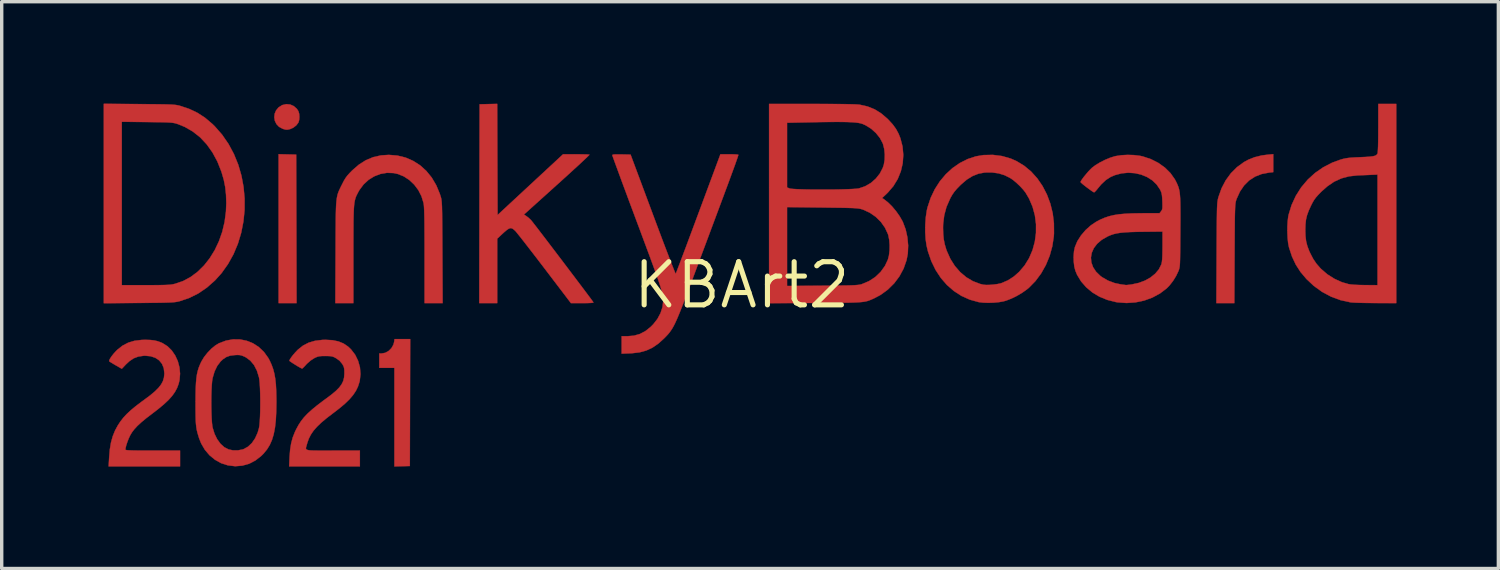
<source format=kicad_pcb>
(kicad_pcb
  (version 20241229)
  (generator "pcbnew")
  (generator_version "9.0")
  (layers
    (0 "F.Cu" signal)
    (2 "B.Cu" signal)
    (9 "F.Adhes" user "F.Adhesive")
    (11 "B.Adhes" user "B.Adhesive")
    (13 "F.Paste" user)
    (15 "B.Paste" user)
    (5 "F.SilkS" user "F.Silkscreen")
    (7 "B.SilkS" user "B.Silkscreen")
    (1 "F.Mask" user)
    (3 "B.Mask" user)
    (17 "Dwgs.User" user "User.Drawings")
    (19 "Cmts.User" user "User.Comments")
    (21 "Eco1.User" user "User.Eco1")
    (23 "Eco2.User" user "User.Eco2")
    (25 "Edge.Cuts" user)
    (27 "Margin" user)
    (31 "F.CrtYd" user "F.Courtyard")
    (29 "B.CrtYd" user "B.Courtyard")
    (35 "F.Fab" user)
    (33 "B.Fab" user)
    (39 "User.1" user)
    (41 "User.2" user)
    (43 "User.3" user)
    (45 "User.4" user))
  (footprint "KBArt2"
    (layer "F.Cu")
    (at 18.78 5.342)
    (property "Reference" "KBArt2" (at 0 0 0) (layer "F.SilkS") (effects (font (size 1.27 1.27) (thickness 0.15))))
    (attr through_hole)
    (fp_poly (pts (xy -13.113 -3.842) (xy -13.107 -1.656) (xy -13.102 0.529) (xy -13.631 0.529) (xy -13.631 -3.854) (xy -13.113 -3.842)) (stroke (width 0.01) (type solid)) (fill yes) (layer "F.Cu"))
    (fp_poly (pts (xy -9.763 3.455) (xy -9.768 5.323) (xy -9.996 5.329) (xy -10.223 5.335) (xy -10.223 2.434) (xy -10.668 2.434) (xy -10.668 2.011) (xy -10.601 2.011) (xy -10.491 1.991) (xy -10.392 1.936) (xy -10.309 1.853) (xy -10.252 1.751) (xy -10.232 1.677) (xy -10.218 1.587) (xy -9.758 1.587) (xy -9.763 3.455)) (stroke (width 0.01) (type solid)) (fill yes) (layer "F.Cu"))
    (fp_poly (pts (xy -13.289 -5.316) (xy -13.183 -5.269) (xy -13.094 -5.19) (xy -13.048 -5.12) (xy -13.026 -5.046) (xy -13.019 -4.952) (xy -13.026 -4.859) (xy -13.048 -4.785) (xy -13.111 -4.702) (xy -13.199 -4.634) (xy -13.288 -4.594) (xy -13.36 -4.577) (xy -13.415 -4.576) (xy -13.477 -4.591) (xy -13.512 -4.603) (xy -13.618 -4.66) (xy -13.694 -4.74) (xy -13.741 -4.836) (xy -13.758 -4.941) (xy -13.746 -5.046) (xy -13.704 -5.145) (xy -13.632 -5.231) (xy -13.53 -5.296) (xy -13.521 -5.3) (xy -13.404 -5.327) (xy -13.289 -5.316)) (stroke (width 0.01) (type solid)) (fill yes) (layer "F.Cu"))
    (fp_poly (pts (xy 15.642 -3.326) (xy 15.52 -3.313) (xy 15.301 -3.271) (xy 15.105 -3.194) (xy 14.932 -3.082) (xy 14.785 -2.935) (xy 14.662 -2.755) (xy 14.565 -2.542) (xy 14.55 -2.498) (xy 14.542 -2.472) (xy 14.536 -2.444) (xy 14.53 -2.408) (xy 14.525 -2.362) (xy 14.521 -2.303) (xy 14.518 -2.228) (xy 14.515 -2.134) (xy 14.512 -2.016) (xy 14.51 -1.873) (xy 14.509 -1.701) (xy 14.507 -1.496) (xy 14.506 -1.256) (xy 14.504 -0.978) (xy 14.504 -0.926) (xy 14.497 0.529) (xy 13.968 0.529) (xy 13.975 -0.947) (xy 13.976 -1.233) (xy 13.978 -1.48) (xy 13.979 -1.691) (xy 13.981 -1.87) (xy 13.983 -2.019) (xy 13.985 -2.143) (xy 13.987 -2.243) (xy 13.991 -2.324) (xy 13.994 -2.389) (xy 13.999 -2.442) (xy 14.005 -2.484) (xy 14.011 -2.52) (xy 14.019 -2.554) (xy 14.028 -2.587) (xy 14.029 -2.593) (xy 14.12 -2.85) (xy 14.243 -3.085) (xy 14.396 -3.294) (xy 14.576 -3.474) (xy 14.78 -3.622) (xy 14.912 -3.694) (xy 15.097 -3.767) (xy 15.302 -3.817) (xy 15.489 -3.841) (xy 15.642 -3.855) (xy 15.642 -3.326)) (stroke (width 0.01) (type solid)) (fill yes) (layer "F.Cu"))
    (fp_poly (pts (xy -7.192 -3.7) (xy -7.186 -2.065) (xy -6.223 -2.958) (xy -5.26 -3.851) (xy -4.877 -3.852) (xy -4.754 -3.851) (xy -4.646 -3.849) (xy -4.56 -3.847) (xy -4.503 -3.843) (xy -4.482 -3.84) (xy -4.495 -3.824) (xy -4.537 -3.782) (xy -4.605 -3.717) (xy -4.697 -3.631) (xy -4.809 -3.526) (xy -4.941 -3.406) (xy -5.087 -3.272) (xy -5.247 -3.127) (xy -5.417 -2.973) (xy -5.441 -2.952) (xy -6.412 -2.077) (xy -6.341 -2.033) (xy -6.282 -1.989) (xy -6.219 -1.931) (xy -6.198 -1.91) (xy -6.175 -1.881) (xy -6.129 -1.822) (xy -6.063 -1.738) (xy -5.98 -1.63) (xy -5.883 -1.503) (xy -5.773 -1.36) (xy -5.654 -1.203) (xy -5.528 -1.037) (xy -5.397 -0.865) (xy -5.263 -0.689) (xy -5.131 -0.514) (xy -5.001 -0.342) (xy -4.876 -0.177) (xy -4.759 -0.022) (xy -4.653 0.119) (xy -4.559 0.244) (xy -4.481 0.348) (xy -4.421 0.429) (xy -4.381 0.484) (xy -4.364 0.509) (xy -4.364 0.509) (xy -4.381 0.517) (xy -4.436 0.523) (xy -4.523 0.527) (xy -4.637 0.529) (xy -4.692 0.529) (xy -5.027 0.529) (xy -5.806 -0.494) (xy -5.947 -0.679) (xy -6.083 -0.856) (xy -6.211 -1.022) (xy -6.328 -1.173) (xy -6.432 -1.307) (xy -6.52 -1.419) (xy -6.591 -1.507) (xy -6.64 -1.568) (xy -6.666 -1.597) (xy -6.717 -1.643) (xy -6.761 -1.671) (xy -6.805 -1.679) (xy -6.853 -1.664) (xy -6.913 -1.625) (xy -6.99 -1.56) (xy -7.091 -1.467) (xy -7.096 -1.462) (xy -7.197 -1.367) (xy -7.197 0.529) (xy -7.726 0.529) (xy -7.721 -2.397) (xy -7.715 -5.323) (xy -7.456 -5.329) (xy -7.197 -5.335) (xy -7.192 -3.7)) (stroke (width 0.01) (type solid)) (fill yes) (layer "F.Cu"))
    (fp_poly (pts (xy -17.411 1.613) (xy -17.293 1.626) (xy -17.19 1.65) (xy -17.089 1.687) (xy -17.047 1.706) (xy -16.901 1.798) (xy -16.776 1.921) (xy -16.674 2.07) (xy -16.597 2.238) (xy -16.549 2.418) (xy -16.531 2.605) (xy -16.546 2.792) (xy -16.573 2.904) (xy -16.619 3.027) (xy -16.682 3.144) (xy -16.764 3.259) (xy -16.87 3.378) (xy -17.004 3.504) (xy -17.168 3.641) (xy -17.346 3.778) (xy -17.523 3.913) (xy -17.668 4.033) (xy -17.784 4.14) (xy -17.876 4.239) (xy -17.948 4.334) (xy -18 4.422) (xy -18.042 4.512) (xy -18.081 4.612) (xy -18.114 4.711) (xy -18.134 4.794) (xy -18.14 4.841) (xy -18.132 4.848) (xy -18.107 4.854) (xy -18.06 4.859) (xy -17.99 4.862) (xy -17.891 4.865) (xy -17.761 4.867) (xy -17.597 4.868) (xy -17.394 4.868) (xy -17.335 4.868) (xy -16.531 4.868) (xy -16.531 5.334) (xy -18.633 5.334) (xy -18.618 5.075) (xy -18.598 4.836) (xy -18.563 4.629) (xy -18.512 4.446) (xy -18.443 4.276) (xy -18.362 4.127) (xy -18.285 4.01) (xy -18.199 3.9) (xy -18.1 3.793) (xy -17.982 3.683) (xy -17.84 3.565) (xy -17.668 3.434) (xy -17.583 3.372) (xy -17.41 3.243) (xy -17.272 3.127) (xy -17.166 3.022) (xy -17.088 2.922) (xy -17.035 2.823) (xy -17.005 2.722) (xy -16.993 2.614) (xy -16.993 2.594) (xy -17.01 2.444) (xy -17.062 2.317) (xy -17.145 2.214) (xy -17.258 2.138) (xy -17.397 2.092) (xy -17.56 2.077) (xy -17.608 2.079) (xy -17.761 2.102) (xy -17.896 2.153) (xy -18.021 2.237) (xy -18.124 2.333) (xy -18.245 2.461) (xy -18.42 2.361) (xy -18.498 2.315) (xy -18.562 2.276) (xy -18.604 2.25) (xy -18.614 2.242) (xy -18.615 2.214) (xy -18.592 2.164) (xy -18.548 2.097) (xy -18.491 2.023) (xy -18.423 1.948) (xy -18.372 1.897) (xy -18.22 1.778) (xy -18.054 1.692) (xy -17.871 1.637) (xy -17.662 1.612) (xy -17.559 1.609) (xy -17.411 1.613)) (stroke (width 0.01) (type solid)) (fill yes) (layer "F.Cu"))
    (fp_poly (pts (xy -10.132 -3.813) (xy -9.892 -3.754) (xy -9.67 -3.657) (xy -9.465 -3.526) (xy -9.283 -3.361) (xy -9.124 -3.166) (xy -8.991 -2.94) (xy -8.886 -2.688) (xy -8.866 -2.625) (xy -8.856 -2.594) (xy -8.848 -2.563) (xy -8.841 -2.531) (xy -8.836 -2.493) (xy -8.831 -2.447) (xy -8.827 -2.388) (xy -8.823 -2.315) (xy -8.821 -2.223) (xy -8.818 -2.11) (xy -8.817 -1.972) (xy -8.815 -1.806) (xy -8.814 -1.609) (xy -8.812 -1.378) (xy -8.811 -1.109) (xy -8.81 -0.968) (xy -8.803 0.529) (xy -9.335 0.529) (xy -9.335 -0.873) (xy -9.335 -1.165) (xy -9.336 -1.417) (xy -9.337 -1.633) (xy -9.338 -1.815) (xy -9.34 -1.968) (xy -9.343 -2.093) (xy -9.346 -2.195) (xy -9.35 -2.275) (xy -9.354 -2.338) (xy -9.36 -2.386) (xy -9.365 -2.418) (xy -9.426 -2.616) (xy -9.519 -2.798) (xy -9.64 -2.959) (xy -9.784 -3.095) (xy -9.946 -3.201) (xy -10.123 -3.272) (xy -10.246 -3.299) (xy -10.442 -3.306) (xy -10.634 -3.273) (xy -10.816 -3.203) (xy -10.983 -3.1) (xy -11.13 -2.964) (xy -11.252 -2.8) (xy -11.287 -2.739) (xy -11.313 -2.688) (xy -11.337 -2.641) (xy -11.357 -2.595) (xy -11.373 -2.546) (xy -11.387 -2.492) (xy -11.399 -2.429) (xy -11.408 -2.354) (xy -11.415 -2.264) (xy -11.42 -2.154) (xy -11.424 -2.022) (xy -11.427 -1.865) (xy -11.428 -1.679) (xy -11.429 -1.46) (xy -11.43 -1.206) (xy -11.43 -0.914) (xy -11.43 -0.894) (xy -11.43 0.529) (xy -11.961 0.529) (xy -11.954 -0.979) (xy -11.953 -1.277) (xy -11.952 -1.536) (xy -11.95 -1.76) (xy -11.949 -1.951) (xy -11.946 -2.114) (xy -11.942 -2.251) (xy -11.937 -2.365) (xy -11.929 -2.461) (xy -11.92 -2.542) (xy -11.908 -2.61) (xy -11.894 -2.67) (xy -11.876 -2.725) (xy -11.855 -2.777) (xy -11.83 -2.831) (xy -11.802 -2.89) (xy -11.768 -2.957) (xy -11.765 -2.963) (xy -11.713 -3.066) (xy -11.665 -3.146) (xy -11.613 -3.218) (xy -11.546 -3.293) (xy -11.464 -3.377) (xy -11.268 -3.547) (xy -11.064 -3.677) (xy -10.848 -3.767) (xy -10.618 -3.819) (xy -10.386 -3.834) (xy -10.132 -3.813)) (stroke (width 0.01) (type solid)) (fill yes) (layer "F.Cu"))
    (fp_poly (pts (xy -17.732 -5.329) (xy -17.494 -5.327) (xy -17.294 -5.325) (xy -17.128 -5.323) (xy -16.992 -5.321) (xy -16.882 -5.318) (xy -16.795 -5.315) (xy -16.725 -5.31) (xy -16.669 -5.305) (xy -16.623 -5.298) (xy -16.583 -5.29) (xy -16.544 -5.281) (xy -16.527 -5.276) (xy -16.261 -5.187) (xy -16.021 -5.073) (xy -15.8 -4.93) (xy -15.588 -4.751) (xy -15.514 -4.68) (xy -15.293 -4.428) (xy -15.103 -4.152) (xy -14.945 -3.857) (xy -14.818 -3.545) (xy -14.724 -3.221) (xy -14.662 -2.888) (xy -14.631 -2.55) (xy -14.632 -2.211) (xy -14.666 -1.874) (xy -14.731 -1.543) (xy -14.828 -1.221) (xy -14.957 -0.913) (xy -15.118 -0.623) (xy -15.31 -0.353) (xy -15.504 -0.138) (xy -15.742 0.072) (xy -15.996 0.245) (xy -16.264 0.378) (xy -16.533 0.469) (xy -16.576 0.48) (xy -16.617 0.489) (xy -16.662 0.496) (xy -16.714 0.502) (xy -16.778 0.507) (xy -16.858 0.511) (xy -16.957 0.514) (xy -17.08 0.517) (xy -17.231 0.519) (xy -17.414 0.521) (xy -17.634 0.523) (xy -17.743 0.524) (xy -18.775 0.532) (xy -18.775 0) (xy -18.246 0) (xy -17.54 0) (xy -17.343 -0.000221) (xy -17.184 -0.001) (xy -17.056 -0.003) (xy -16.955 -0.006) (xy -16.875 -0.01) (xy -16.81 -0.015) (xy -16.756 -0.023) (xy -16.708 -0.033) (xy -16.675 -0.041) (xy -16.44 -0.122) (xy -16.219 -0.241) (xy -16.014 -0.394) (xy -15.826 -0.579) (xy -15.658 -0.792) (xy -15.511 -1.03) (xy -15.388 -1.289) (xy -15.29 -1.567) (xy -15.22 -1.861) (xy -15.18 -2.167) (xy -15.17 -2.413) (xy -15.178 -2.662) (xy -15.202 -2.888) (xy -15.245 -3.104) (xy -15.31 -3.327) (xy -15.315 -3.342) (xy -15.433 -3.639) (xy -15.578 -3.907) (xy -15.747 -4.144) (xy -15.94 -4.35) (xy -16.156 -4.521) (xy -16.392 -4.657) (xy -16.605 -4.743) (xy -16.646 -4.756) (xy -16.686 -4.767) (xy -16.73 -4.775) (xy -16.782 -4.782) (xy -16.849 -4.787) (xy -16.933 -4.791) (xy -17.042 -4.794) (xy -17.179 -4.796) (xy -17.35 -4.798) (xy -17.5 -4.8) (xy -18.246 -4.808) (xy -18.246 0) (xy -18.775 0) (xy -18.775 -5.337) (xy -17.732 -5.329)) (stroke (width 0.01) (type solid)) (fill yes) (layer "F.Cu"))
    (fp_poly (pts (xy 19.262 0.529) (xy 18.653 0.527) (xy 18.49 0.525) (xy 18.333 0.523) (xy 18.192 0.52) (xy 18.071 0.516) (xy 17.978 0.511) (xy 17.921 0.506) (xy 17.918 0.506) (xy 17.624 0.442) (xy 17.344 0.339) (xy 17.079 0.198) (xy 16.832 0.019) (xy 16.62 -0.18) (xy 16.446 -0.386) (xy 16.306 -0.603) (xy 16.194 -0.841) (xy 16.106 -1.108) (xy 16.104 -1.117) (xy 16.08 -1.237) (xy 16.065 -1.386) (xy 16.057 -1.551) (xy 16.057 -1.619) (xy 16.585 -1.619) (xy 16.591 -1.443) (xy 16.609 -1.293) (xy 16.644 -1.154) (xy 16.698 -1.01) (xy 16.732 -0.937) (xy 16.817 -0.773) (xy 16.91 -0.635) (xy 17.021 -0.507) (xy 17.051 -0.476) (xy 17.235 -0.318) (xy 17.442 -0.187) (xy 17.662 -0.087) (xy 17.851 -0.032) (xy 17.927 -0.02) (xy 18.038 -0.011) (xy 18.173 -0.005) (xy 18.325 -0.002) (xy 18.346 -0.002) (xy 18.711 0) (xy 18.711 -3.254) (xy 18.526 -3.247) (xy 18.419 -3.242) (xy 18.291 -3.237) (xy 18.164 -3.232) (xy 18.119 -3.23) (xy 17.873 -3.203) (xy 17.648 -3.143) (xy 17.437 -3.047) (xy 17.238 -2.912) (xy 17.058 -2.753) (xy 16.968 -2.66) (xy 16.901 -2.585) (xy 16.849 -2.515) (xy 16.803 -2.439) (xy 16.757 -2.349) (xy 16.686 -2.194) (xy 16.636 -2.058) (xy 16.605 -1.926) (xy 16.59 -1.783) (xy 16.585 -1.619) (xy 16.057 -1.619) (xy 16.057 -1.72) (xy 16.066 -1.88) (xy 16.083 -2.019) (xy 16.093 -2.069) (xy 16.181 -2.357) (xy 16.306 -2.628) (xy 16.464 -2.877) (xy 16.654 -3.103) (xy 16.872 -3.302) (xy 17.116 -3.471) (xy 17.381 -3.607) (xy 17.623 -3.695) (xy 17.699 -3.716) (xy 17.772 -3.732) (xy 17.851 -3.744) (xy 17.944 -3.753) (xy 18.062 -3.76) (xy 18.203 -3.766) (xy 18.358 -3.773) (xy 18.475 -3.781) (xy 18.562 -3.791) (xy 18.624 -3.804) (xy 18.665 -3.822) (xy 18.693 -3.846) (xy 18.711 -3.873) (xy 18.717 -3.906) (xy 18.722 -3.979) (xy 18.727 -4.089) (xy 18.73 -4.234) (xy 18.732 -4.411) (xy 18.732 -4.617) (xy 18.733 -4.624) (xy 18.733 -5.334) (xy 19.262 -5.334) (xy 19.262 0.529)) (stroke (width 0.01) (type solid)) (fill yes) (layer "F.Cu"))
    (fp_poly (pts (xy -12.043 1.62) (xy -11.87 1.656) (xy -11.72 1.717) (xy -11.586 1.808) (xy -11.498 1.892) (xy -11.378 2.048) (xy -11.291 2.227) (xy -11.237 2.419) (xy -11.221 2.617) (xy -11.242 2.813) (xy -11.251 2.848) (xy -11.294 2.982) (xy -11.355 3.109) (xy -11.438 3.233) (xy -11.545 3.359) (xy -11.68 3.49) (xy -11.847 3.63) (xy -12.023 3.765) (xy -12.215 3.912) (xy -12.373 4.044) (xy -12.5 4.166) (xy -12.602 4.282) (xy -12.681 4.398) (xy -12.741 4.516) (xy -12.786 4.642) (xy -12.796 4.678) (xy -12.81 4.727) (xy -12.821 4.766) (xy -12.827 4.798) (xy -12.822 4.822) (xy -12.804 4.841) (xy -12.769 4.853) (xy -12.712 4.862) (xy -12.631 4.866) (xy -12.522 4.868) (xy -12.38 4.869) (xy -12.203 4.869) (xy -12.033 4.868) (xy -11.239 4.868) (xy -11.239 5.334) (xy -13.32 5.334) (xy -13.308 5.054) (xy -13.291 4.84) (xy -13.261 4.654) (xy -13.215 4.483) (xy -13.148 4.314) (xy -13.114 4.244) (xy -13.046 4.118) (xy -12.97 4.001) (xy -12.881 3.888) (xy -12.774 3.776) (xy -12.645 3.659) (xy -12.49 3.532) (xy -12.304 3.391) (xy -12.228 3.336) (xy -12.067 3.215) (xy -11.94 3.108) (xy -11.844 3.01) (xy -11.775 2.916) (xy -11.729 2.821) (xy -11.704 2.721) (xy -11.695 2.609) (xy -11.695 2.591) (xy -11.696 2.501) (xy -11.704 2.437) (xy -11.72 2.386) (xy -11.75 2.332) (xy -11.758 2.318) (xy -11.837 2.223) (xy -11.938 2.151) (xy -11.997 2.119) (xy -12.047 2.1) (xy -12.102 2.09) (xy -12.176 2.086) (xy -12.255 2.085) (xy -12.355 2.086) (xy -12.426 2.092) (xy -12.484 2.105) (xy -12.541 2.128) (xy -12.581 2.148) (xy -12.687 2.216) (xy -12.791 2.307) (xy -12.816 2.333) (xy -12.869 2.391) (xy -12.912 2.434) (xy -12.936 2.455) (xy -12.938 2.455) (xy -12.964 2.445) (xy -13.014 2.418) (xy -13.08 2.38) (xy -13.151 2.336) (xy -13.219 2.293) (xy -13.275 2.256) (xy -13.308 2.231) (xy -13.314 2.225) (xy -13.3 2.189) (xy -13.263 2.131) (xy -13.209 2.06) (xy -13.145 1.985) (xy -13.077 1.913) (xy -13.061 1.897) (xy -12.911 1.778) (xy -12.744 1.692) (xy -12.556 1.637) (xy -12.342 1.611) (xy -12.246 1.609) (xy -12.043 1.62)) (stroke (width 0.01) (type solid)) (fill yes) (layer "F.Cu"))
    (fp_poly (pts (xy 7.657 -3.8) (xy 7.915 -3.726) (xy 8.086 -3.651) (xy 8.311 -3.514) (xy 8.516 -3.344) (xy 8.697 -3.143) (xy 8.852 -2.917) (xy 8.981 -2.667) (xy 9.081 -2.4) (xy 9.151 -2.117) (xy 9.187 -1.824) (xy 9.189 -1.523) (xy 9.184 -1.439) (xy 9.14 -1.147) (xy 9.062 -0.864) (xy 8.951 -0.595) (xy 8.811 -0.346) (xy 8.644 -0.121) (xy 8.453 0.074) (xy 8.394 0.123) (xy 8.256 0.222) (xy 8.099 0.315) (xy 7.935 0.395) (xy 7.78 0.455) (xy 7.705 0.476) (xy 7.572 0.5) (xy 7.418 0.515) (xy 7.258 0.52) (xy 7.107 0.515) (xy 6.98 0.5) (xy 6.974 0.499) (xy 6.713 0.427) (xy 6.469 0.318) (xy 6.244 0.173) (xy 6.04 -0.004) (xy 5.86 -0.211) (xy 5.705 -0.447) (xy 5.578 -0.708) (xy 5.48 -0.992) (xy 5.439 -1.164) (xy 5.412 -1.35) (xy 5.399 -1.561) (xy 5.4 -1.691) (xy 5.924 -1.691) (xy 5.929 -1.507) (xy 5.944 -1.35) (xy 5.973 -1.204) (xy 6.017 -1.055) (xy 6.034 -1.008) (xy 6.139 -0.774) (xy 6.271 -0.565) (xy 6.428 -0.384) (xy 6.607 -0.233) (xy 6.804 -0.116) (xy 7.015 -0.036) (xy 7.112 -0.013) (xy 7.192 -0.006) (xy 7.298 -0.008) (xy 7.416 -0.018) (xy 7.529 -0.033) (xy 7.624 -0.054) (xy 7.648 -0.062) (xy 7.836 -0.143) (xy 8.006 -0.253) (xy 8.162 -0.39) (xy 8.326 -0.583) (xy 8.458 -0.798) (xy 8.558 -1.033) (xy 8.625 -1.28) (xy 8.659 -1.536) (xy 8.66 -1.796) (xy 8.627 -2.054) (xy 8.559 -2.305) (xy 8.457 -2.545) (xy 8.35 -2.726) (xy 8.28 -2.815) (xy 8.188 -2.914) (xy 8.085 -3.012) (xy 7.985 -3.095) (xy 7.913 -3.145) (xy 7.738 -3.235) (xy 7.56 -3.29) (xy 7.364 -3.317) (xy 7.355 -3.317) (xy 7.152 -3.315) (xy 6.966 -3.28) (xy 6.792 -3.211) (xy 6.622 -3.106) (xy 6.453 -2.961) (xy 6.423 -2.932) (xy 6.329 -2.835) (xy 6.258 -2.751) (xy 6.2 -2.669) (xy 6.146 -2.575) (xy 6.131 -2.544) (xy 6.025 -2.303) (xy 5.959 -2.058) (xy 5.927 -1.801) (xy 5.924 -1.691) (xy 5.4 -1.691) (xy 5.401 -1.78) (xy 5.416 -1.996) (xy 5.445 -2.193) (xy 5.467 -2.29) (xy 5.559 -2.567) (xy 5.681 -2.823) (xy 5.831 -3.057) (xy 6.006 -3.265) (xy 6.203 -3.446) (xy 6.418 -3.595) (xy 6.649 -3.711) (xy 6.892 -3.791) (xy 7.112 -3.828) (xy 7.388 -3.834) (xy 7.657 -3.8)) (stroke (width 0.01) (type solid)) (fill yes) (layer "F.Cu"))
    (fp_poly (pts (xy -14.766 1.597) (xy -14.569 1.637) (xy -14.383 1.712) (xy -14.213 1.822) (xy -14.063 1.965) (xy -13.937 2.139) (xy -13.89 2.226) (xy -13.834 2.351) (xy -13.789 2.476) (xy -13.755 2.608) (xy -13.729 2.754) (xy -13.711 2.919) (xy -13.701 3.11) (xy -13.696 3.335) (xy -13.695 3.433) (xy -13.7 3.724) (xy -13.713 3.977) (xy -13.738 4.197) (xy -13.775 4.388) (xy -13.826 4.556) (xy -13.891 4.703) (xy -13.972 4.834) (xy -14.07 4.954) (xy -14.14 5.024) (xy -14.312 5.159) (xy -14.499 5.256) (xy -14.699 5.312) (xy -14.907 5.329) (xy -15.121 5.303) (xy -15.127 5.302) (xy -15.323 5.239) (xy -15.503 5.138) (xy -15.665 5.005) (xy -15.802 4.843) (xy -15.91 4.657) (xy -15.968 4.513) (xy -15.997 4.419) (xy -16.021 4.336) (xy -16.04 4.257) (xy -16.053 4.176) (xy -16.063 4.086) (xy -16.07 3.982) (xy -16.073 3.856) (xy -16.075 3.702) (xy -16.076 3.514) (xy -16.075 3.461) (xy -16.075 3.419) (xy -15.612 3.419) (xy -15.611 3.594) (xy -15.607 3.763) (xy -15.601 3.918) (xy -15.592 4.051) (xy -15.58 4.154) (xy -15.573 4.191) (xy -15.517 4.374) (xy -15.438 4.535) (xy -15.341 4.668) (xy -15.228 4.77) (xy -15.107 4.833) (xy -14.974 4.862) (xy -14.828 4.862) (xy -14.689 4.835) (xy -14.663 4.826) (xy -14.534 4.756) (xy -14.419 4.649) (xy -14.323 4.51) (xy -14.248 4.344) (xy -14.208 4.207) (xy -14.195 4.126) (xy -14.185 4.01) (xy -14.177 3.868) (xy -14.172 3.707) (xy -14.17 3.535) (xy -14.17 3.36) (xy -14.173 3.189) (xy -14.178 3.031) (xy -14.186 2.892) (xy -14.197 2.782) (xy -14.207 2.717) (xy -14.269 2.516) (xy -14.354 2.351) (xy -14.464 2.22) (xy -14.597 2.123) (xy -14.641 2.101) (xy -14.71 2.073) (xy -14.77 2.058) (xy -14.84 2.054) (xy -14.919 2.058) (xy -15.057 2.075) (xy -15.168 2.114) (xy -15.268 2.18) (xy -15.339 2.247) (xy -15.437 2.376) (xy -15.516 2.541) (xy -15.573 2.734) (xy -15.587 2.819) (xy -15.597 2.938) (xy -15.605 3.082) (xy -15.61 3.246) (xy -15.612 3.419) (xy -16.075 3.419) (xy -16.074 3.232) (xy -16.07 3.039) (xy -16.062 2.877) (xy -16.05 2.741) (xy -16.033 2.623) (xy -16.009 2.519) (xy -15.979 2.423) (xy -15.941 2.329) (xy -15.903 2.248) (xy -15.827 2.121) (xy -15.727 1.993) (xy -15.613 1.874) (xy -15.494 1.776) (xy -15.384 1.709) (xy -15.178 1.632) (xy -14.971 1.595) (xy -14.766 1.597)) (stroke (width 0.01) (type solid)) (fill yes) (layer "F.Cu"))
    (fp_poly (pts (xy -0.268 -3.851) (xy -0.184 -3.848) (xy -0.125 -3.843) (xy -0.1 -3.837) (xy -0.099 -3.836) (xy -0.105 -3.814) (xy -0.124 -3.756) (xy -0.155 -3.666) (xy -0.197 -3.547) (xy -0.249 -3.404) (xy -0.309 -3.241) (xy -0.375 -3.06) (xy -0.447 -2.866) (xy -0.47 -2.805) (xy -0.546 -2.6) (xy -0.635 -2.362) (xy -0.733 -2.099) (xy -0.838 -1.818) (xy -0.948 -1.524) (xy -1.059 -1.226) (xy -1.17 -0.93) (xy -1.277 -0.643) (xy -1.377 -0.373) (xy -1.378 -0.37) (xy -1.488 -0.076) (xy -1.585 0.181) (xy -1.67 0.405) (xy -1.744 0.598) (xy -1.809 0.763) (xy -1.867 0.904) (xy -1.918 1.023) (xy -1.964 1.123) (xy -2.007 1.207) (xy -2.048 1.279) (xy -2.088 1.34) (xy -2.129 1.396) (xy -2.171 1.447) (xy -2.218 1.498) (xy -2.269 1.55) (xy -2.275 1.557) (xy -2.45 1.716) (xy -2.625 1.837) (xy -2.809 1.923) (xy -3.009 1.978) (xy -3.232 2.004) (xy -3.276 2.006) (xy -3.535 2.016) (xy -3.535 1.503) (xy -3.367 1.503) (xy -3.174 1.487) (xy -3 1.438) (xy -2.837 1.353) (xy -2.682 1.229) (xy -2.606 1.153) (xy -2.483 0.996) (xy -2.391 0.824) (xy -2.333 0.646) (xy -2.312 0.468) (xy -2.317 0.377) (xy -2.322 0.332) (xy -2.33 0.285) (xy -2.341 0.233) (xy -2.355 0.174) (xy -2.375 0.106) (xy -2.399 0.025) (xy -2.43 -0.071) (xy -2.469 -0.184) (xy -2.515 -0.316) (xy -2.571 -0.472) (xy -2.637 -0.652) (xy -2.713 -0.86) (xy -2.801 -1.097) (xy -2.902 -1.368) (xy -3.015 -1.673) (xy -3.112 -1.931) (xy -3.212 -2.2) (xy -3.309 -2.458) (xy -3.399 -2.702) (xy -3.484 -2.93) (xy -3.561 -3.138) (xy -3.629 -3.324) (xy -3.688 -3.485) (xy -3.737 -3.618) (xy -3.774 -3.721) (xy -3.799 -3.79) (xy -3.81 -3.823) (xy -3.81 -3.826) (xy -3.801 -3.837) (xy -3.771 -3.845) (xy -3.713 -3.849) (xy -3.623 -3.849) (xy -3.541 -3.848) (xy -3.272 -3.842) (xy -2.615 -2.08) (xy -2.518 -1.82) (xy -2.425 -1.572) (xy -2.337 -1.338) (xy -2.255 -1.122) (xy -2.18 -0.926) (xy -2.114 -0.754) (xy -2.057 -0.607) (xy -2.01 -0.489) (xy -1.975 -0.402) (xy -1.953 -0.35) (xy -1.944 -0.334) (xy -1.935 -0.356) (xy -1.912 -0.414) (xy -1.876 -0.507) (xy -1.829 -0.63) (xy -1.772 -0.782) (xy -1.705 -0.959) (xy -1.63 -1.159) (xy -1.548 -1.379) (xy -1.46 -1.615) (xy -1.367 -1.865) (xy -1.279 -2.101) (xy -0.628 -3.852) (xy -0.368 -3.852) (xy -0.268 -3.851)) (stroke (width 0.01) (type solid)) (fill yes) (layer "F.Cu"))
    (fp_poly (pts (xy 2.069 -5.334) (xy 2.35 -5.333) (xy 2.606 -5.332) (xy 2.834 -5.33) (xy 3.031 -5.328) (xy 3.196 -5.325) (xy 3.326 -5.321) (xy 3.419 -5.316) (xy 3.471 -5.311) (xy 3.703 -5.258) (xy 3.912 -5.174) (xy 4.103 -5.055) (xy 4.286 -4.899) (xy 4.307 -4.878) (xy 4.439 -4.735) (xy 4.539 -4.598) (xy 4.617 -4.453) (xy 4.669 -4.322) (xy 4.732 -4.079) (xy 4.754 -3.833) (xy 4.737 -3.588) (xy 4.682 -3.351) (xy 4.59 -3.124) (xy 4.461 -2.913) (xy 4.298 -2.723) (xy 4.266 -2.692) (xy 4.13 -2.565) (xy 4.187 -2.527) (xy 4.303 -2.436) (xy 4.425 -2.316) (xy 4.542 -2.176) (xy 4.647 -2.027) (xy 4.731 -1.88) (xy 4.741 -1.86) (xy 4.823 -1.642) (xy 4.875 -1.408) (xy 4.897 -1.167) (xy 4.887 -0.932) (xy 4.85 -0.736) (xy 4.764 -0.49) (xy 4.641 -0.261) (xy 4.485 -0.053) (xy 4.3 0.13) (xy 4.091 0.283) (xy 3.906 0.382) (xy 3.849 0.408) (xy 3.798 0.43) (xy 3.75 0.45) (xy 3.701 0.466) (xy 3.647 0.479) (xy 3.586 0.49) (xy 3.514 0.498) (xy 3.426 0.505) (xy 3.321 0.51) (xy 3.193 0.514) (xy 3.04 0.517) (xy 2.858 0.519) (xy 2.643 0.521) (xy 2.393 0.522) (xy 2.164 0.524) (xy 0.804 0.531) (xy 0.804 -2.297) (xy 1.333 -2.297) (xy 1.333 0.024) (xy 2.376 0.016) (xy 2.617 0.014) (xy 2.819 0.012) (xy 2.986 0.01) (xy 3.123 0.008) (xy 3.233 0.005) (xy 3.32 0.001) (xy 3.388 -0.004) (xy 3.44 -0.009) (xy 3.481 -0.016) (xy 3.514 -0.023) (xy 3.535 -0.03) (xy 3.745 -0.119) (xy 3.93 -0.24) (xy 4.088 -0.391) (xy 4.215 -0.568) (xy 4.301 -0.752) (xy 4.332 -0.873) (xy 4.349 -1.02) (xy 4.352 -1.177) (xy 4.34 -1.33) (xy 4.314 -1.465) (xy 4.302 -1.503) (xy 4.215 -1.691) (xy 4.093 -1.863) (xy 3.941 -2.012) (xy 3.766 -2.133) (xy 3.573 -2.221) (xy 3.558 -2.227) (xy 3.524 -2.237) (xy 3.49 -2.246) (xy 3.452 -2.253) (xy 3.406 -2.259) (xy 3.347 -2.264) (xy 3.271 -2.269) (xy 3.176 -2.272) (xy 3.056 -2.275) (xy 2.908 -2.278) (xy 2.728 -2.28) (xy 2.511 -2.283) (xy 2.376 -2.285) (xy 1.333 -2.297) (xy 0.804 -2.297) (xy 0.804 -4.779) (xy 1.333 -4.779) (xy 1.333 -2.877) (xy 1.402 -2.847) (xy 1.444 -2.838) (xy 1.522 -2.831) (xy 1.631 -2.825) (xy 1.767 -2.82) (xy 1.924 -2.816) (xy 2.095 -2.814) (xy 2.277 -2.813) (xy 2.463 -2.813) (xy 2.649 -2.814) (xy 2.828 -2.816) (xy 2.995 -2.82) (xy 3.146 -2.825) (xy 3.274 -2.831) (xy 3.374 -2.838) (xy 3.44 -2.846) (xy 3.449 -2.848) (xy 3.631 -2.91) (xy 3.798 -3.007) (xy 3.944 -3.134) (xy 4.064 -3.285) (xy 4.151 -3.454) (xy 4.181 -3.543) (xy 4.205 -3.688) (xy 4.209 -3.849) (xy 4.193 -4.009) (xy 4.157 -4.152) (xy 4.149 -4.174) (xy 4.066 -4.331) (xy 3.949 -4.477) (xy 3.806 -4.605) (xy 3.645 -4.705) (xy 3.558 -4.744) (xy 3.504 -4.761) (xy 3.437 -4.775) (xy 3.352 -4.786) (xy 3.248 -4.794) (xy 3.119 -4.8) (xy 2.964 -4.803) (xy 2.779 -4.804) (xy 2.56 -4.802) (xy 2.305 -4.799) (xy 2.086 -4.794) (xy 1.333 -4.779) (xy 0.804 -4.779) (xy 0.804 -5.334) (xy 2.069 -5.334)) (stroke (width 0.01) (type solid)) (fill yes) (layer "F.Cu"))
    (fp_poly (pts (xy 11.543 -3.828) (xy 11.716 -3.807) (xy 11.8 -3.789) (xy 12.042 -3.708) (xy 12.261 -3.597) (xy 12.454 -3.459) (xy 12.617 -3.297) (xy 12.747 -3.113) (xy 12.797 -3.016) (xy 12.822 -2.96) (xy 12.844 -2.906) (xy 12.862 -2.852) (xy 12.876 -2.794) (xy 12.888 -2.726) (xy 12.896 -2.647) (xy 12.903 -2.55) (xy 12.907 -2.433) (xy 12.909 -2.29) (xy 12.91 -2.12) (xy 12.91 -1.916) (xy 12.908 -1.675) (xy 12.908 -1.577) (xy 12.906 -1.341) (xy 12.905 -1.143) (xy 12.903 -0.98) (xy 12.901 -0.847) (xy 12.899 -0.741) (xy 12.896 -0.658) (xy 12.892 -0.593) (xy 12.887 -0.544) (xy 12.88 -0.505) (xy 12.872 -0.473) (xy 12.863 -0.445) (xy 12.852 -0.416) (xy 12.851 -0.413) (xy 12.781 -0.267) (xy 12.69 -0.121) (xy 12.587 0.011) (xy 12.505 0.095) (xy 12.306 0.246) (xy 12.083 0.366) (xy 11.841 0.454) (xy 11.586 0.507) (xy 11.324 0.525) (xy 11.061 0.506) (xy 11.003 0.496) (xy 10.755 0.433) (xy 10.525 0.338) (xy 10.318 0.214) (xy 10.138 0.063) (xy 9.987 -0.11) (xy 9.869 -0.304) (xy 9.819 -0.423) (xy 9.787 -0.546) (xy 9.77 -0.693) (xy 9.767 -0.812) (xy 10.276 -0.812) (xy 10.289 -0.669) (xy 10.339 -0.529) (xy 10.427 -0.395) (xy 10.554 -0.272) (xy 10.604 -0.235) (xy 10.779 -0.134) (xy 10.975 -0.061) (xy 11.151 -0.024) (xy 11.224 -0.014) (xy 11.281 -0.006) (xy 11.307 -0.003) (xy 11.333 -0.004) (xy 11.39 -0.01) (xy 11.467 -0.02) (xy 11.485 -0.023) (xy 11.684 -0.066) (xy 11.868 -0.135) (xy 12.03 -0.226) (xy 12.167 -0.337) (xy 12.274 -0.463) (xy 12.344 -0.602) (xy 12.353 -0.628) (xy 12.365 -0.686) (xy 12.374 -0.77) (xy 12.379 -0.885) (xy 12.382 -1.035) (xy 12.383 -1.152) (xy 12.383 -1.577) (xy 11.816 -1.571) (xy 11.599 -1.568) (xy 11.418 -1.562) (xy 11.268 -1.553) (xy 11.143 -1.541) (xy 11.037 -1.524) (xy 10.944 -1.502) (xy 10.859 -1.473) (xy 10.776 -1.438) (xy 10.76 -1.43) (xy 10.592 -1.333) (xy 10.459 -1.218) (xy 10.362 -1.091) (xy 10.301 -0.954) (xy 10.276 -0.812) (xy 9.767 -0.812) (xy 9.767 -0.849) (xy 9.778 -0.997) (xy 9.805 -1.122) (xy 9.877 -1.294) (xy 9.985 -1.463) (xy 10.12 -1.622) (xy 10.276 -1.761) (xy 10.426 -1.862) (xy 10.551 -1.929) (xy 10.677 -1.983) (xy 10.807 -2.027) (xy 10.948 -2.061) (xy 11.106 -2.086) (xy 11.287 -2.102) (xy 11.496 -2.112) (xy 11.739 -2.116) (xy 11.833 -2.117) (xy 12.295 -2.117) (xy 12.341 -2.175) (xy 12.361 -2.204) (xy 12.374 -2.236) (xy 12.38 -2.28) (xy 12.381 -2.346) (xy 12.379 -2.443) (xy 12.378 -2.466) (xy 12.373 -2.575) (xy 12.365 -2.653) (xy 12.353 -2.713) (xy 12.333 -2.767) (xy 12.311 -2.813) (xy 12.211 -2.961) (xy 12.082 -3.085) (xy 11.927 -3.183) (xy 11.754 -3.254) (xy 11.568 -3.296) (xy 11.374 -3.309) (xy 11.177 -3.29) (xy 10.984 -3.239) (xy 10.853 -3.183) (xy 10.716 -3.094) (xy 10.581 -2.968) (xy 10.485 -2.853) (xy 10.436 -2.793) (xy 10.396 -2.75) (xy 10.371 -2.731) (xy 10.37 -2.731) (xy 10.344 -2.743) (xy 10.295 -2.775) (xy 10.231 -2.821) (xy 10.159 -2.874) (xy 10.089 -2.928) (xy 10.028 -2.977) (xy 9.986 -3.015) (xy 9.97 -3.034) (xy 9.97 -3.034) (xy 9.983 -3.066) (xy 10.019 -3.121) (xy 10.071 -3.191) (xy 10.134 -3.267) (xy 10.199 -3.344) (xy 10.263 -3.411) (xy 10.305 -3.452) (xy 10.409 -3.531) (xy 10.541 -3.611) (xy 10.689 -3.686) (xy 10.84 -3.749) (xy 10.98 -3.793) (xy 11.007 -3.799) (xy 11.172 -3.824) (xy 11.356 -3.834) (xy 11.543 -3.828)) (stroke (width 0.01) (type solid)) (fill yes) (layer "F.Cu")))
  (gr_rect
    (start -3 -3)
    (end 41.047 13.682)
    (stroke (width 0.1) (type default))
    (fill no)
    (layer "Edge.Cuts")))
</source>
